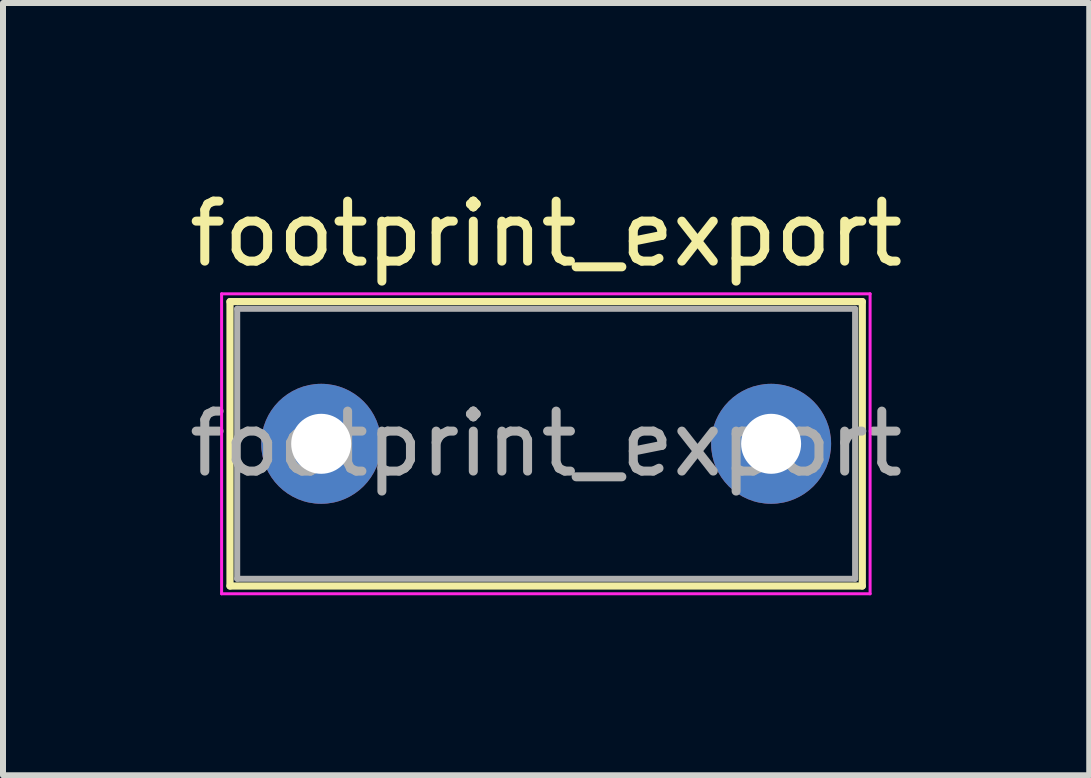
<source format=kicad_pcb>
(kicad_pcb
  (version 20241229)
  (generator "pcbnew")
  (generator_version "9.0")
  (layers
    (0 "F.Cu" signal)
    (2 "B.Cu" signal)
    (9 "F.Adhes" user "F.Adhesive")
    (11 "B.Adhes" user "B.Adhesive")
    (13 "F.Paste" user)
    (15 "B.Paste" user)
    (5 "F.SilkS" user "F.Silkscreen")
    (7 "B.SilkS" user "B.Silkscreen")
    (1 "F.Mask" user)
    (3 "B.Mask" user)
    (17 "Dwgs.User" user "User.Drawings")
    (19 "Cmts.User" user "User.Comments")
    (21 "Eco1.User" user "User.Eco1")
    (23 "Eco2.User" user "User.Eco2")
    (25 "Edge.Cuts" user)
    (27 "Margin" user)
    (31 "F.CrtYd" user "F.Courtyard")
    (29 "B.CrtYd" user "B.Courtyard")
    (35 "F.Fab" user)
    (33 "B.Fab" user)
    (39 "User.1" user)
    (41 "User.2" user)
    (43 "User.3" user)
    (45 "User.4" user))
  (footprint "footprint_export"
    (layer "F.Cu")
    (at 2.304 4.348)
    (property "Reference" "footprint_export" (at 3.75 -3.5 0) (layer "F.SilkS") (effects (font (size 1 1) (thickness 0.15))))
    (attr through_hole)
    (fp_line (start -1.52 -2.37) (end -1.52 2.37) (stroke (width 0.12) (type solid)) (layer "F.SilkS"))
    (fp_line (start -1.52 -2.37) (end 9.02 -2.37) (stroke (width 0.12) (type solid)) (layer "F.SilkS"))
    (fp_line (start -1.52 2.37) (end 9.02 2.37) (stroke (width 0.12) (type solid)) (layer "F.SilkS"))
    (fp_line (start 9.02 -2.37) (end 9.02 2.37) (stroke (width 0.12) (type solid)) (layer "F.SilkS"))
    (fp_line (start -1.66 -2.5) (end -1.66 2.5) (stroke (width 0.05) (type solid)) (layer "F.CrtYd"))
    (fp_line (start -1.66 2.5) (end 9.15 2.5) (stroke (width 0.05) (type solid)) (layer "F.CrtYd"))
    (fp_line (start 9.15 -2.5) (end -1.66 -2.5) (stroke (width 0.05) (type solid)) (layer "F.CrtYd"))
    (fp_line (start 9.15 2.5) (end 9.15 -2.5) (stroke (width 0.05) (type solid)) (layer "F.CrtYd"))
    (fp_line (start -1.4 -2.25) (end -1.4 2.25) (stroke (width 0.1) (type solid)) (layer "F.Fab"))
    (fp_line (start -1.4 2.25) (end 8.9 2.25) (stroke (width 0.1) (type solid)) (layer "F.Fab"))
    (fp_line (start 8.9 -2.25) (end -1.4 -2.25) (stroke (width 0.1) (type solid)) (layer "F.Fab"))
    (fp_line (start 8.9 2.25) (end 8.9 -2.25) (stroke (width 0.1) (type solid)) (layer "F.Fab"))
    (fp_text user "${REFERENCE}" (at 3.75 0 0) (layer "F.Fab") (effects (font (size 1 1) (thickness 0.15))))
    (pad "1" thru_hole circle (at 0 0) (size 2 2) (drill 1) (layers "*.Cu" "*.Mask"))
    (pad "2" thru_hole circle (at 7.5 0) (size 2 2) (drill 1) (layers "*.Cu" "*.Mask")))
  (gr_rect
    (start -3 -3)
    (end 15.107 9.873)
    (stroke (width 0.1) (type default))
    (fill no)
    (layer "Edge.Cuts")))
</source>
